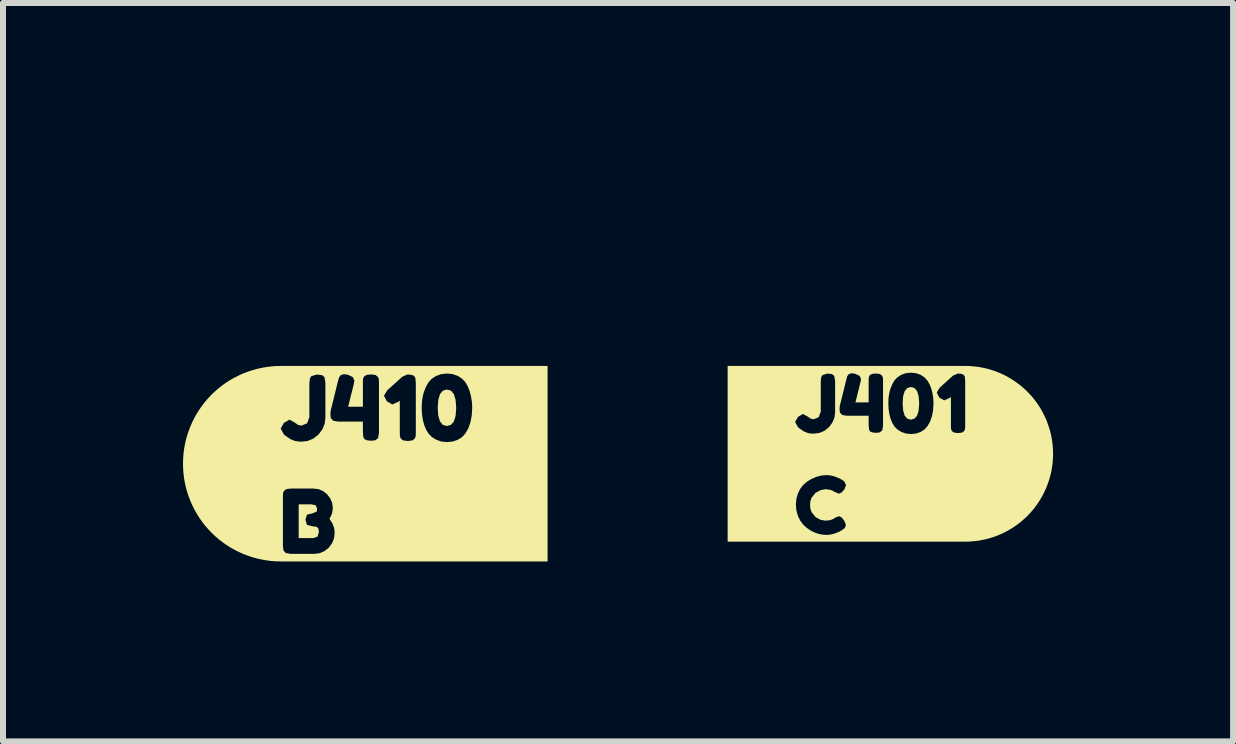
<source format=kicad_pcb>
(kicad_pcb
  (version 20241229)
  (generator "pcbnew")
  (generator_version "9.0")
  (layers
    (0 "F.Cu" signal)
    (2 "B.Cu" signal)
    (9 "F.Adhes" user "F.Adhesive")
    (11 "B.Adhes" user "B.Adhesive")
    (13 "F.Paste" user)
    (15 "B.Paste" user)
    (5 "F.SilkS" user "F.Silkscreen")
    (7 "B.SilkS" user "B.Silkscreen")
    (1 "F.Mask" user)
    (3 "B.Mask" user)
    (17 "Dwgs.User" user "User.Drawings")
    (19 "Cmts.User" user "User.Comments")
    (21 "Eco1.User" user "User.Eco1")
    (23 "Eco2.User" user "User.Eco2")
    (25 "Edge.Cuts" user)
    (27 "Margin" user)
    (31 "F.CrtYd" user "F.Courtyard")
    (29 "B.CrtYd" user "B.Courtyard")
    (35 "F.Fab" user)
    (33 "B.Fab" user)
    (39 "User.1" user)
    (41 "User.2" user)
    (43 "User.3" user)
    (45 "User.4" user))
  (footprint "kibuzzard-65BFD8F7"
    (layer "F.Cu")
    (at 11.789 4.513)
    (property "Reference" "kibuzzard-65BFD8F7" (at 0 -4.512 0) (layer "F.SilkS") (effects (font (size 0.001 0.001) (thickness 0.15))))
    (attr board_only exclude_from_pos_files exclude_from_bom)
    (fp_poly (pts (xy 0.341 -0.569) (xy 0.402 -0.586) (xy 0.445 -0.635) (xy 0.471 -0.718) (xy 0.48 -0.834) (xy 0.48 -0.842) (xy 0.471 -0.961) (xy 0.445 -1.045) (xy 0.402 -1.096) (xy 0.342 -1.113) (xy 0.282 -1.096) (xy 0.239 -1.045) (xy 0.213 -0.96) (xy 0.204 -0.841) (xy 0.213 -0.722) (xy 0.238 -0.637) (xy 0.281 -0.586) (xy 0.341 -0.569)) (stroke (width 0) (type solid)) (fill yes) (layer "F.SilkS"))
    (fp_poly (pts (xy -1.588 -1.464) (xy -2.712 -1.464) (xy -2.712 1.464) (xy -1.588 1.464) (xy -1.066 1.464) (xy -1.066 1.352) (xy -1.13 1.348) (xy -1.194 1.335) (xy -1.259 1.313) (xy -1.327 1.28) (xy -1.392 1.236) (xy -1.45 1.184) (xy -1.499 1.119) (xy -1.539 1.039) (xy -1.566 0.947) (xy -1.575 0.847) (xy -1.566 0.748) (xy -1.54 0.659) (xy -1.501 0.582) (xy -1.452 0.519) (xy -1.394 0.468) (xy -1.329 0.427) (xy -1.285 0.407) (xy -1.285 -0.335) (xy -1.369 -0.344) (xy -1.443 -0.374) (xy -1.53 -0.434) (xy -1.54 -0.445) (xy -1.588 -0.531) (xy -1.54 -0.615) (xy -1.457 -0.664) (xy -1.376 -0.619) (xy -1.329 -0.586) (xy -1.279 -0.575) (xy -1.194 -0.61) (xy -1.16 -0.703) (xy -1.16 -1.208) (xy -1.153 -1.274) (xy -1.133 -1.311) (xy -1.049 -1.337) (xy -0.972 -1.328) (xy -0.936 -1.299) (xy -0.921 -1.216) (xy -0.921 -0.693) (xy -0.932 -0.603) (xy -0.967 -0.519) (xy -1.024 -0.443) (xy -1.098 -0.383) (xy -1.185 -0.347) (xy -1.285 -0.335) (xy -1.285 0.407) (xy -1.242 0.387) (xy -1.154 0.363) (xy -1.067 0.355) (xy -1.004 0.36) (xy -0.94 0.374) (xy -0.842 0.413) (xy -0.81 0.432) (xy -0.773 0.456) (xy -0.738 0.519) (xy -0.766 0.593) (xy -0.815 0.647) (xy -0.859 0.665) (xy -0.927 0.635) (xy -0.992 0.602) (xy -1.076 0.59) (xy -1.162 0.605) (xy -1.246 0.65) (xy -1.313 0.732) (xy -1.333 0.789) (xy -1.339 0.853) (xy -1.333 0.916) (xy -1.313 0.973) (xy -1.245 1.057) (xy -1.162 1.101) (xy -1.076 1.115) (xy -0.998 1.105) (xy -0.946 1.083) (xy -0.922 1.066) (xy -0.858 1.04) (xy -0.815 1.058) (xy -0.769 1.114) (xy -0.74 1.188) (xy -0.758 1.235) (xy -0.799 1.268) (xy -0.845 1.296) (xy -0.935 1.331) (xy -1.002 1.347) (xy -1.066 1.352) (xy -1.066 1.464) (xy -0.24 1.464) (xy -0.24 -0.349) (xy -0.302 -0.356) (xy -0.337 -0.372) (xy -0.354 -0.399) (xy -0.362 -0.469) (xy -0.362 -0.634) (xy -0.728 -0.634) (xy -0.803 -0.647) (xy -0.84 -0.685) (xy -0.847 -0.743) (xy -0.843 -0.797) (xy -0.731 -1.249) (xy -0.717 -1.297) (xy -0.692 -1.328) (xy -0.646 -1.343) (xy -0.584 -1.333) (xy -0.513 -1.299) (xy -0.489 -1.247) (xy -0.499 -1.19) (xy -0.5 -1.186) (xy -0.582 -0.857) (xy -0.362 -0.857) (xy -0.362 -1.225) (xy -0.36 -1.271) (xy -0.347 -1.305) (xy -0.31 -1.331) (xy -0.242 -1.338) (xy -0.173 -1.33) (xy -0.137 -1.301) (xy -0.124 -1.266) (xy -0.122 -1.218) (xy -0.122 -0.468) (xy -0.135 -0.391) (xy -0.174 -0.357) (xy -0.24 -0.349) (xy -0.24 1.464) (xy 0.343 1.464) (xy 0.343 -0.329) (xy 0.257 -0.338) (xy 0.181 -0.365) (xy 0.118 -0.405) (xy 0.07 -0.453) (xy 0.034 -0.511) (xy 0.005 -0.579) (xy -0.017 -0.66) (xy -0.03 -0.747) (xy -0.034 -0.842) (xy -0.031 -0.928) (xy -0.02 -1.004) (xy -0.003 -1.073) (xy 0.031 -1.158) (xy 0.068 -1.223) (xy 0.115 -1.273) (xy 0.178 -1.315) (xy 0.255 -1.343) (xy 0.342 -1.352) (xy 0.429 -1.343) (xy 0.505 -1.316) (xy 0.567 -1.275) (xy 0.614 -1.225) (xy 0.65 -1.166) (xy 0.678 -1.098) (xy 0.701 -1.016) (xy 0.714 -0.93) (xy 0.719 -0.841) (xy 0.712 -0.725) (xy 0.692 -0.622) (xy 0.659 -0.531) (xy 0.613 -0.453) (xy 0.567 -0.404) (xy 0.505 -0.364) (xy 0.43 -0.338) (xy 0.343 -0.329) (xy 0.343 1.464) (xy 1.127 1.464) (xy 1.127 -0.345) (xy 1.06 -0.354) (xy 1.023 -0.38) (xy 1.011 -0.418) (xy 1.009 -0.467) (xy 1.009 -0.949) (xy 0.991 -0.932) (xy 0.897 -0.89) (xy 0.815 -0.938) (xy 0.773 -1.021) (xy 0.821 -1.101) (xy 1.042 -1.301) (xy 1.046 -1.303) (xy 1.123 -1.338) (xy 1.187 -1.332) (xy 1.222 -1.316) (xy 1.241 -1.287) (xy 1.247 -1.216) (xy 1.247 -0.464) (xy 1.245 -0.418) (xy 1.233 -0.382) (xy 1.197 -0.354) (xy 1.127 -0.345) (xy 1.127 1.464) (xy 1.247 1.464) (xy 1.248 1.464) (xy 1.319 1.463) (xy 1.391 1.457) (xy 1.462 1.449) (xy 1.533 1.436) (xy 1.603 1.421) (xy 1.673 1.401) (xy 1.741 1.379) (xy 1.808 1.353) (xy 1.874 1.324) (xy 1.938 1.292) (xy 2 1.256) (xy 2.061 1.218) (xy 2.12 1.176) (xy 2.177 1.132) (xy 2.231 1.085) (xy 2.283 1.036) (xy 2.333 0.983) (xy 2.38 0.929) (xy 2.424 0.872) (xy 2.465 0.814) (xy 2.504 0.753) (xy 2.539 0.69) (xy 2.571 0.626) (xy 2.601 0.56) (xy 2.626 0.493) (xy 2.649 0.425) (xy 2.668 0.356) (xy 2.684 0.286) (xy 2.696 0.215) (xy 2.705 0.144) (xy 2.71 0.072) (xy 2.712 0) (xy 2.71 -0.072) (xy 2.705 -0.144) (xy 2.696 -0.215) (xy 2.684 -0.286) (xy 2.668 -0.356) (xy 2.649 -0.425) (xy 2.626 -0.493) (xy 2.601 -0.56) (xy 2.571 -0.626) (xy 2.539 -0.69) (xy 2.504 -0.753) (xy 2.465 -0.814) (xy 2.424 -0.872) (xy 2.38 -0.929) (xy 2.333 -0.983) (xy 2.283 -1.036) (xy 2.231 -1.085) (xy 2.177 -1.132) (xy 2.12 -1.176) (xy 2.061 -1.218) (xy 2 -1.256) (xy 1.938 -1.292) (xy 1.874 -1.324) (xy 1.808 -1.353) (xy 1.741 -1.379) (xy 1.673 -1.401) (xy 1.603 -1.421) (xy 1.533 -1.436) (xy 1.462 -1.449) (xy 1.391 -1.457) (xy 1.319 -1.463) (xy 1.248 -1.464) (xy 1.247 -1.464) (xy -1.588 -1.464)) (stroke (width 0) (type solid)) (fill yes) (layer "F.SilkS")))
  (footprint "kibuzzard-65BFD8DF"
    (layer "F.Cu")
    (at 3.038 4.678)
    (property "Reference" "kibuzzard-65BFD8DF" (at 0 -4.677 0) (layer "F.SilkS") (effects (font (size 0.001 0.001) (thickness 0.15))))
    (attr board_only exclude_from_pos_files exclude_from_bom)
    (fp_poly (pts (xy -0.773 1.139) (xy -0.781 1.082) (xy -0.808 1.053) (xy -0.891 1.041) (xy -0.972 1.02) (xy -0.998 0.935) (xy -0.971 0.849) (xy -0.88 0.828) (xy -0.808 0.797) (xy -0.804 0.744) (xy -0.828 0.692) (xy -0.902 0.677) (xy -1.11 0.677) (xy -1.11 1.24) (xy -0.866 1.24) (xy -0.796 1.215) (xy -0.773 1.139)) (stroke (width 0) (type solid)) (fill yes) (layer "F.SilkS"))
    (fp_poly (pts (xy 1.359 -0.628) (xy 1.427 -0.647) (xy 1.476 -0.702) (xy 1.505 -0.794) (xy 1.515 -0.924) (xy 1.515 -0.933) (xy 1.505 -1.065) (xy 1.476 -1.16) (xy 1.428 -1.217) (xy 1.361 -1.236) (xy 1.293 -1.217) (xy 1.245 -1.16) (xy 1.217 -1.065) (xy 1.207 -0.932) (xy 1.216 -0.799) (xy 1.245 -0.704) (xy 1.293 -0.647) (xy 1.359 -0.628)) (stroke (width 0) (type solid)) (fill yes) (layer "F.SilkS"))
    (fp_poly (pts (xy -1.41 -1.629) (xy -1.41 -1.629) (xy -1.49 -1.627) (xy -1.569 -1.621) (xy -1.649 -1.611) (xy -1.727 -1.597) (xy -1.805 -1.58) (xy -1.883 -1.558) (xy -1.958 -1.533) (xy -2.033 -1.505) (xy -2.106 -1.472) (xy -2.177 -1.436) (xy -2.247 -1.397) (xy -2.315 -1.354) (xy -2.38 -1.308) (xy -2.443 -1.259) (xy -2.503 -1.207) (xy -2.561 -1.152) (xy -2.616 -1.094) (xy -2.669 -1.033) (xy -2.718 -0.97) (xy -2.764 -0.905) (xy -2.807 -0.837) (xy -2.846 -0.768) (xy -2.882 -0.696) (xy -2.914 -0.623) (xy -2.943 -0.549) (xy -2.968 -0.473) (xy -2.99 -0.396) (xy -3.007 -0.318) (xy -3.021 -0.239) (xy -3.03 -0.16) (xy -3.036 -0.08) (xy -3.038 0) (xy -3.036 0.08) (xy -3.03 0.16) (xy -3.021 0.239) (xy -3.007 0.318) (xy -2.99 0.396) (xy -2.968 0.473) (xy -2.943 0.549) (xy -2.914 0.623) (xy -2.882 0.696) (xy -2.846 0.768) (xy -2.807 0.837) (xy -2.764 0.905) (xy -2.718 0.97) (xy -2.669 1.033) (xy -2.616 1.094) (xy -2.561 1.152) (xy -2.503 1.207) (xy -2.443 1.259) (xy -2.38 1.308) (xy -2.315 1.354) (xy -2.247 1.397) (xy -2.177 1.436) (xy -2.106 1.472) (xy -2.033 1.505) (xy -1.958 1.533) (xy -1.883 1.558) (xy -1.805 1.58) (xy -1.727 1.597) (xy -1.649 1.611) (xy -1.569 1.621) (xy -1.49 1.627) (xy -1.41 1.629) (xy -1.41 1.629) (xy -0.851 1.629) (xy -0.851 1.503) (xy -1.242 1.503) (xy -1.325 1.489) (xy -1.364 1.446) (xy -1.373 1.369) (xy -1.373 0.544) (xy -1.371 0.492) (xy -1.356 0.454) (xy -1.317 0.424) (xy -1.241 0.414) (xy -1.072 0.414) (xy -1.072 -0.366) (xy -1.166 -0.377) (xy -1.248 -0.409) (xy -1.345 -0.477) (xy -1.357 -0.489) (xy -1.41 -0.585) (xy -1.357 -0.679) (xy -1.263 -0.734) (xy -1.173 -0.684) (xy -1.121 -0.647) (xy -1.065 -0.634) (xy -0.969 -0.673) (xy -0.932 -0.777) (xy -0.932 -1.341) (xy -0.924 -1.416) (xy -0.901 -1.458) (xy -0.808 -1.486) (xy -0.721 -1.476) (xy -0.681 -1.444) (xy -0.665 -1.351) (xy -0.665 -0.767) (xy -0.677 -0.665) (xy -0.716 -0.572) (xy -0.779 -0.487) (xy -0.863 -0.42) (xy -0.96 -0.379) (xy -1.072 -0.366) (xy -1.072 0.414) (xy -0.866 0.414) (xy -0.78 0.424) (xy -0.704 0.456) (xy -0.637 0.509) (xy -0.584 0.578) (xy -0.552 0.655) (xy -0.541 0.741) (xy -0.555 0.835) (xy -0.597 0.92) (xy -0.549 0.993) (xy -0.519 1.07) (xy -0.51 1.154) (xy -0.522 1.247) (xy -0.556 1.33) (xy -0.611 1.403) (xy -0.682 1.458) (xy -0.762 1.492) (xy -0.851 1.503) (xy -0.851 1.629) (xy 0.097 1.629) (xy 0.097 -0.382) (xy 0.028 -0.39) (xy -0.012 -0.408) (xy -0.031 -0.438) (xy -0.04 -0.517) (xy -0.04 -0.701) (xy -0.449 -0.701) (xy -0.533 -0.715) (xy -0.574 -0.758) (xy -0.582 -0.823) (xy -0.577 -0.883) (xy -0.452 -1.388) (xy -0.436 -1.441) (xy -0.409 -1.476) (xy -0.357 -1.492) (xy -0.288 -1.482) (xy -0.208 -1.443) (xy -0.182 -1.385) (xy -0.193 -1.322) (xy -0.194 -1.317) (xy -0.286 -0.949) (xy -0.04 -0.949) (xy -0.04 -1.361) (xy -0.038 -1.412) (xy -0.024 -1.45) (xy 0.018 -1.479) (xy 0.095 -1.488) (xy 0.171 -1.478) (xy 0.212 -1.446) (xy 0.226 -1.406) (xy 0.228 -1.354) (xy 0.228 -0.515) (xy 0.214 -0.428) (xy 0.17 -0.391) (xy 0.097 -0.382) (xy 0.097 1.629) (xy 0.708 1.629) (xy 0.708 -0.378) (xy 0.632 -0.388) (xy 0.592 -0.417) (xy 0.577 -0.458) (xy 0.575 -0.514) (xy 0.575 -1.052) (xy 0.555 -1.034) (xy 0.45 -0.987) (xy 0.359 -1.04) (xy 0.311 -1.133) (xy 0.365 -1.222) (xy 0.613 -1.446) (xy 0.617 -1.449) (xy 0.702 -1.488) (xy 0.774 -1.48) (xy 0.813 -1.463) (xy 0.834 -1.43) (xy 0.842 -1.351) (xy 0.842 -0.511) (xy 0.84 -0.458) (xy 0.825 -0.419) (xy 0.785 -0.388) (xy 0.708 -0.378) (xy 0.708 1.629) (xy 1.362 1.629) (xy 1.362 -0.36) (xy 1.266 -0.37) (xy 1.181 -0.4) (xy 1.11 -0.444) (xy 1.057 -0.498) (xy 1.016 -0.563) (xy 0.984 -0.639) (xy 0.959 -0.729) (xy 0.945 -0.827) (xy 0.94 -0.933) (xy 0.944 -1.028) (xy 0.956 -1.114) (xy 0.975 -1.191) (xy 1.013 -1.286) (xy 1.055 -1.359) (xy 1.107 -1.415) (xy 1.178 -1.461) (xy 1.263 -1.492) (xy 1.361 -1.503) (xy 1.458 -1.493) (xy 1.543 -1.462) (xy 1.612 -1.417) (xy 1.665 -1.361) (xy 1.705 -1.295) (xy 1.736 -1.219) (xy 1.761 -1.127) (xy 1.777 -1.031) (xy 1.782 -0.931) (xy 1.774 -0.802) (xy 1.752 -0.687) (xy 1.715 -0.585) (xy 1.664 -0.498) (xy 1.612 -0.443) (xy 1.543 -0.399) (xy 1.459 -0.37) (xy 1.362 -0.36) (xy 1.362 1.629) (xy 1.782 1.629) (xy 3.038 1.629) (xy 3.038 -1.629) (xy 1.782 -1.629) (xy -1.41 -1.629)) (stroke (width 0) (type solid)) (fill yes) (layer "F.SilkS")))
  (gr_rect
    (start -3 -3)
    (end 17.501 9.306)
    (stroke (width 0.1) (type default))
    (fill no)
    (layer "Edge.Cuts")))
</source>
